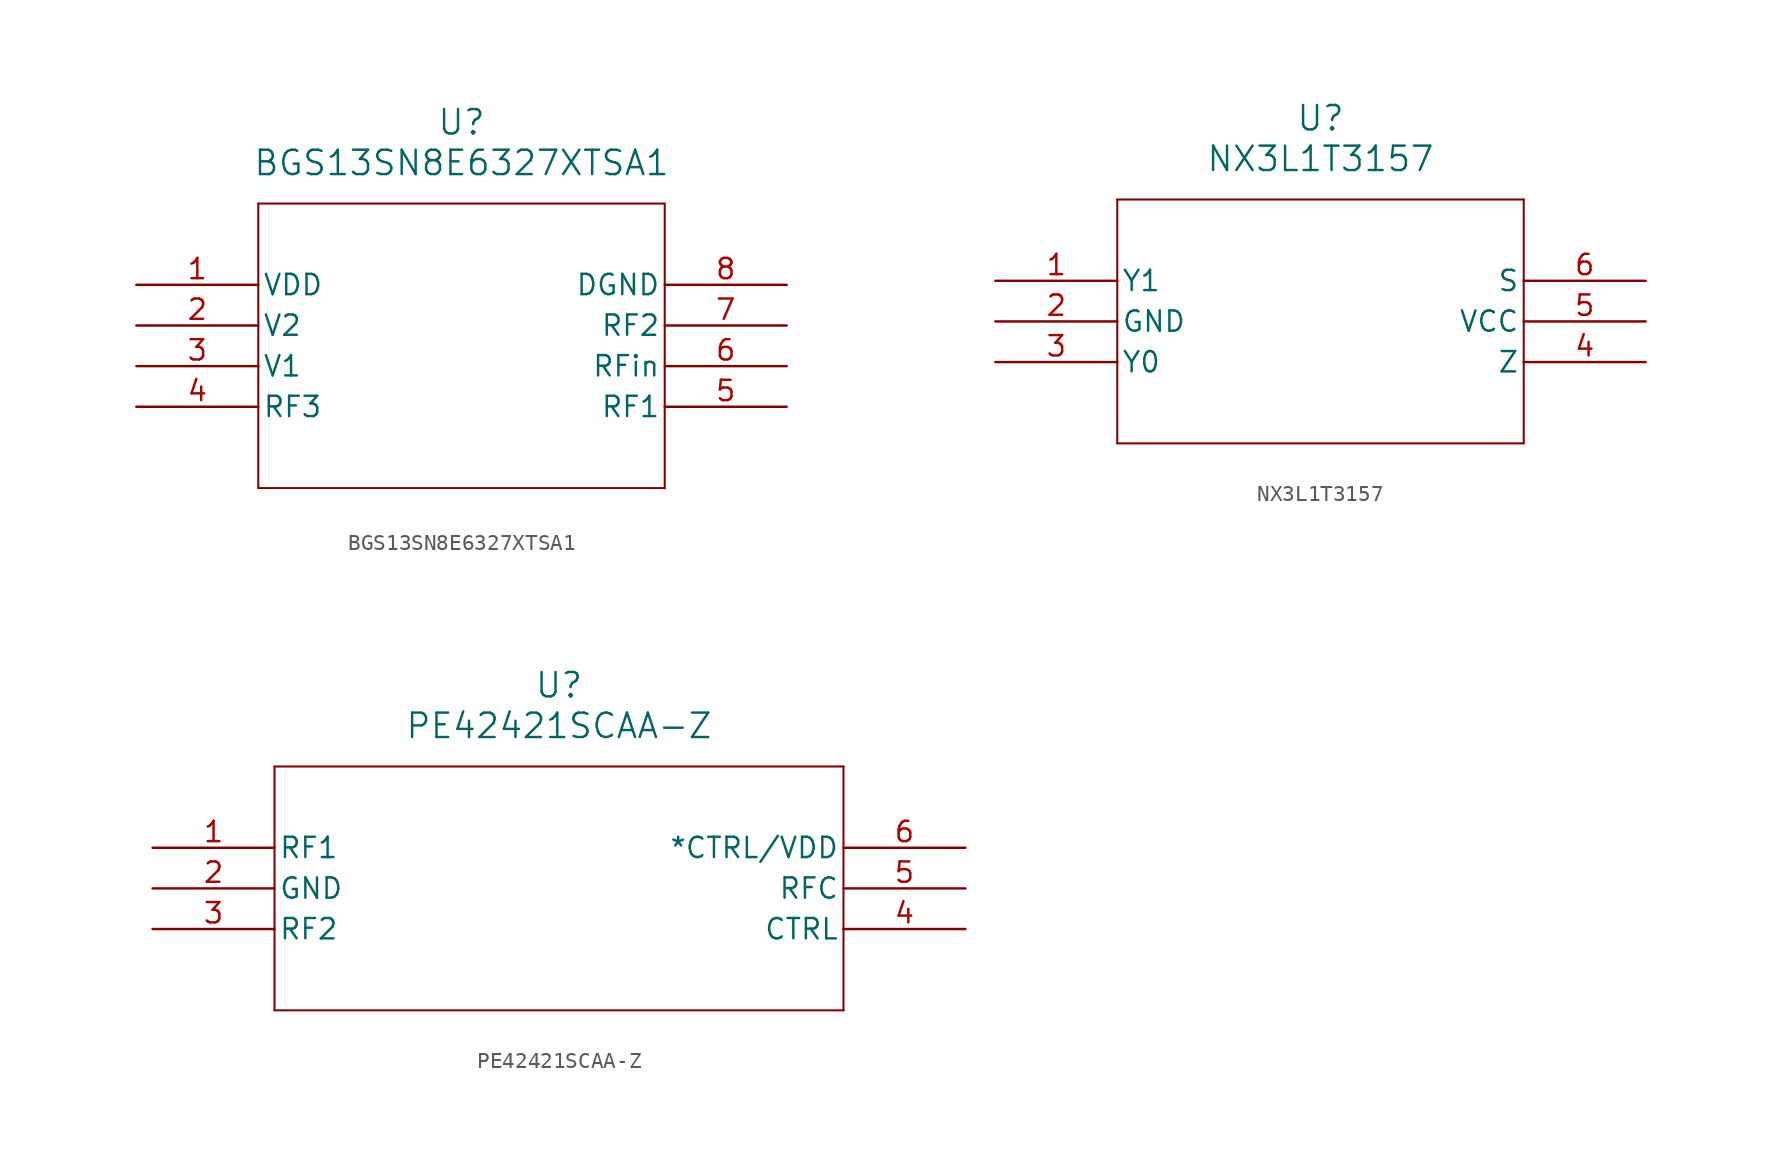
<source format=kicad_sym>
(kicad_symbol_lib
  (version 20220914)
  (generator kicad_symbol_editor)
  (symbol "BGS13SN8E6327XTSA1"
    (pin_names
      (offset 0.254))
    (property "Reference" "U"
      (at 20.32 10.16 0)
      (effects (font (size 1.524 1.524))))
    (property "Value" "BGS13SN8E6327XTSA1"
      (at 20.32 7.62 0)
      (effects (font (size 1.524 1.524))))
    (symbol "BGS13SN8E6327XTSA1_0_1"
      (polyline (pts (xy 7.62 -12.7) (xy 33.02 -12.7)) (stroke (width 0.127) (type default)) (fill (type none)))
      (polyline (pts (xy 7.62 5.08) (xy 7.62 -12.7)) (stroke (width 0.127) (type default)) (fill (type none)))
      (polyline (pts (xy 33.02 -12.7) (xy 33.02 5.08)) (stroke (width 0.127) (type default)) (fill (type none)))
      (polyline (pts (xy 33.02 5.08) (xy 7.62 5.08)) (stroke (width 0.127) (type default)) (fill (type none)))
      (pin power_in line (at 0 0 0) (length 7.62) (name "VDD" (effects (font (size 1.27 1.27)))) (number "1" (effects (font (size 1.27 1.27)))))
      (pin bidirectional line (at 0 -2.54 0) (length 7.62) (name "V2" (effects (font (size 1.27 1.27)))) (number "2" (effects (font (size 1.27 1.27)))))
      (pin bidirectional line (at 0 -5.08 0) (length 7.62) (name "V1" (effects (font (size 1.27 1.27)))) (number "3" (effects (font (size 1.27 1.27)))))
      (pin bidirectional line (at 0 -7.62 0) (length 7.62) (name "RF3" (effects (font (size 1.27 1.27)))) (number "4" (effects (font (size 1.27 1.27)))))
      (pin bidirectional line (at 40.64 -7.62 180) (length 7.62) (name "RF1" (effects (font (size 1.27 1.27)))) (number "5" (effects (font (size 1.27 1.27)))))
      (pin bidirectional line (at 40.64 -2.54 180) (length 7.62) (name "RF2" (effects (font (size 1.27 1.27)))) (number "7" (effects (font (size 1.27 1.27))))))
    (symbol "BGS13SN8E6327XTSA1_1_1"
      (pin bidirectional line (at 40.64 -5.08 180) (length 7.62) (name "RFin" (effects (font (size 1.27 1.27)))) (number "6" (effects (font (size 1.27 1.27)))))
      (pin input line (at 40.64 0 180) (length 7.62) (name "DGND" (effects (font (size 1.27 1.27)))) (number "8" (effects (font (size 1.27 1.27)))))))
  (symbol "NX3L1T3157"
    (pin_names
      (offset 0.254))
    (property "Reference" "U"
      (at 20.32 10.16 0)
      (effects (font (size 1.524 1.524))))
    (property "Value" "NX3L1T3157"
      (at 20.32 7.62 0)
      (effects (font (size 1.524 1.524))))
    (symbol "NX3L1T3157_0_1"
      (polyline (pts (xy 7.62 -10.16) (xy 33.02 -10.16)) (stroke (width 0.127) (type default)) (fill (type none)))
      (polyline (pts (xy 7.62 5.08) (xy 7.62 -10.16)) (stroke (width 0.127) (type default)) (fill (type none)))
      (polyline (pts (xy 33.02 -10.16) (xy 33.02 5.08)) (stroke (width 0.127) (type default)) (fill (type none)))
      (polyline (pts (xy 33.02 5.08) (xy 7.62 5.08)) (stroke (width 0.127) (type default)) (fill (type none)))
      (pin bidirectional line (at 0 0 0) (length 7.62) (name "Y1" (effects (font (size 1.27 1.27)))) (number "1" (effects (font (size 1.27 1.27)))))
      (pin bidirectional line (at 0 -5.08 0) (length 7.62) (name "Y0" (effects (font (size 1.27 1.27)))) (number "3" (effects (font (size 1.27 1.27)))))
      (pin bidirectional line (at 40.64 -5.08 180) (length 7.62) (name "Z" (effects (font (size 1.27 1.27)))) (number "4" (effects (font (size 1.27 1.27)))))
      (pin power_in line (at 40.64 -2.54 180) (length 7.62) (name "VCC" (effects (font (size 1.27 1.27)))) (number "5" (effects (font (size 1.27 1.27)))))
      (pin input line (at 40.64 0 180) (length 7.62) (name "S" (effects (font (size 1.27 1.27)))) (number "6" (effects (font (size 1.27 1.27))))))
    (symbol "NX3L1T3157_1_1"
      (pin power_in line (at 0 -2.54 0) (length 7.62) (name "GND" (effects (font (size 1.27 1.27)))) (number "2" (effects (font (size 1.27 1.27)))))))
  (symbol "PE42421SCAA-Z"
    (pin_names
      (offset 0.254))
    (property "Reference" "U"
      (at 25.4 10.16 0)
      (effects (font (size 1.524 1.524))))
    (property "Value" "PE42421SCAA-Z"
      (at 25.4 7.62 0)
      (effects (font (size 1.524 1.524))))
    (symbol "PE42421SCAA-Z_0_1"
      (polyline (pts (xy 7.62 -10.16) (xy 43.18 -10.16)) (stroke (width 0.127) (type default)) (fill (type none)))
      (polyline (pts (xy 7.62 5.08) (xy 7.62 -10.16)) (stroke (width 0.127) (type default)) (fill (type none)))
      (polyline (pts (xy 43.18 -10.16) (xy 43.18 5.08)) (stroke (width 0.127) (type default)) (fill (type none)))
      (polyline (pts (xy 43.18 5.08) (xy 7.62 5.08)) (stroke (width 0.127) (type default)) (fill (type none)))
      (pin input line (at 50.8 -5.08 180) (length 7.62) (name "CTRL" (effects (font (size 1.27 1.27)))) (number "4" (effects (font (size 1.27 1.27))))))
    (symbol "PE42421SCAA-Z_1_1"
      (pin passive line (at 0 0 0) (length 7.62) (name "RF1" (effects (font (size 1.27 1.27)))) (number "1" (effects (font (size 1.27 1.27)))))
      (pin power_in line (at 0 -2.54 0) (length 7.62) (name "GND" (effects (font (size 1.27 1.27)))) (number "2" (effects (font (size 1.27 1.27)))))
      (pin passive line (at 0 -5.08 0) (length 7.62) (name "RF2" (effects (font (size 1.27 1.27)))) (number "3" (effects (font (size 1.27 1.27)))))
      (pin passive line (at 50.8 -2.54 180) (length 7.62) (name "RFC" (effects (font (size 1.27 1.27)))) (number "5" (effects (font (size 1.27 1.27)))))
      (pin power_in line (at 50.8 0 180) (length 7.62) (name "*CTRL/VDD" (effects (font (size 1.27 1.27)))) (number "6" (effects (font (size 1.27 1.27))))))))
</source>
